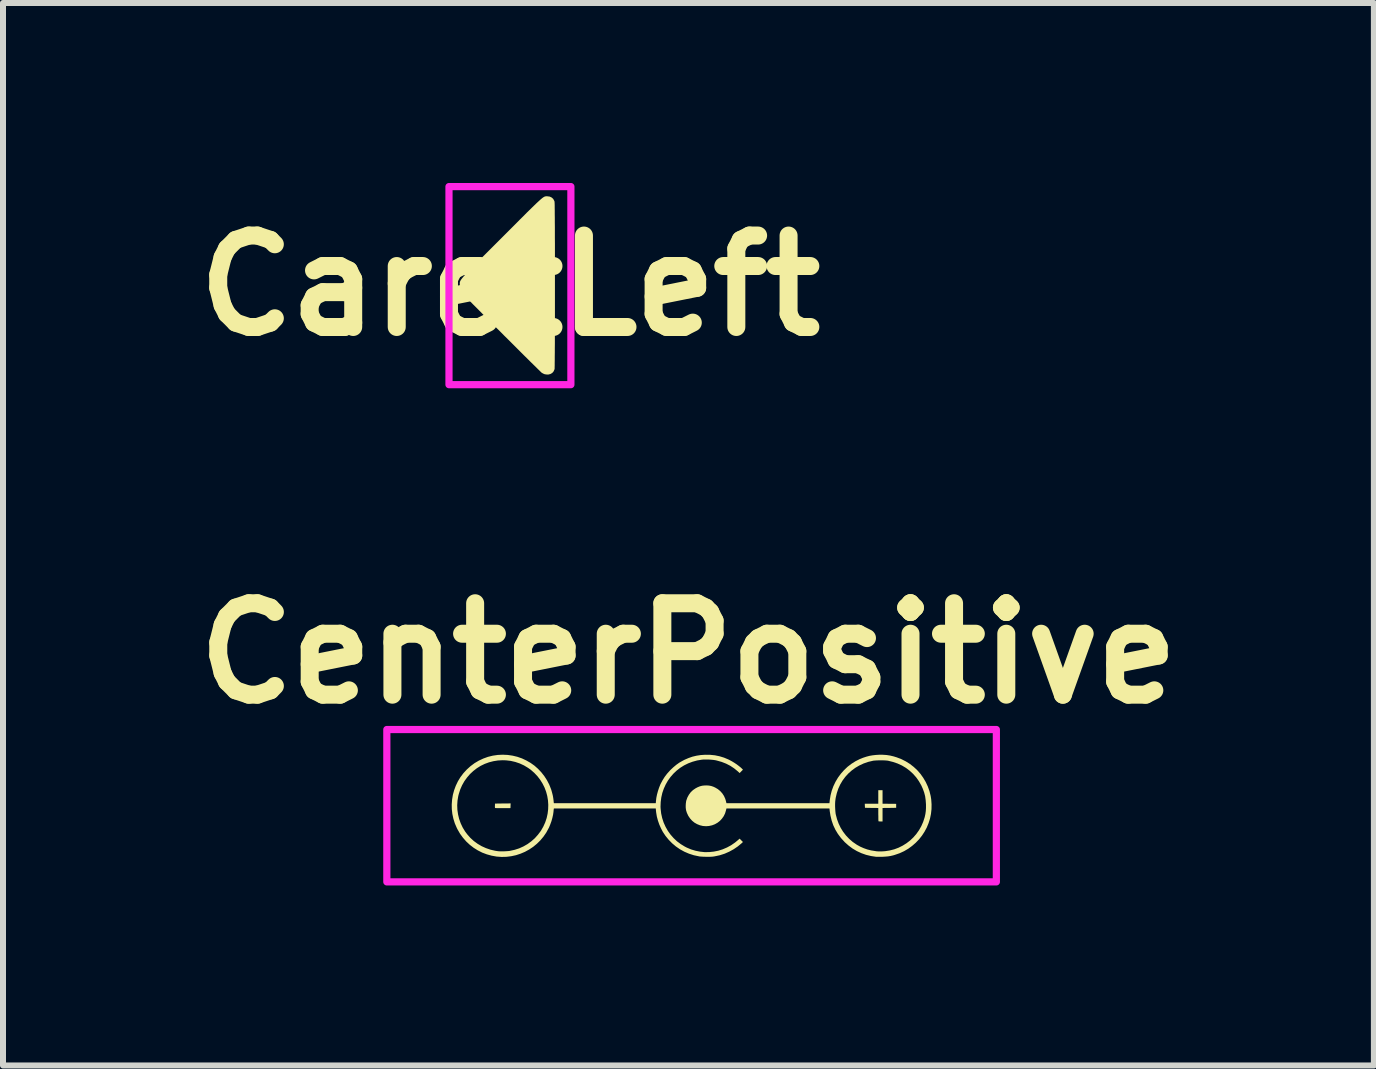
<source format=kicad_pcb>
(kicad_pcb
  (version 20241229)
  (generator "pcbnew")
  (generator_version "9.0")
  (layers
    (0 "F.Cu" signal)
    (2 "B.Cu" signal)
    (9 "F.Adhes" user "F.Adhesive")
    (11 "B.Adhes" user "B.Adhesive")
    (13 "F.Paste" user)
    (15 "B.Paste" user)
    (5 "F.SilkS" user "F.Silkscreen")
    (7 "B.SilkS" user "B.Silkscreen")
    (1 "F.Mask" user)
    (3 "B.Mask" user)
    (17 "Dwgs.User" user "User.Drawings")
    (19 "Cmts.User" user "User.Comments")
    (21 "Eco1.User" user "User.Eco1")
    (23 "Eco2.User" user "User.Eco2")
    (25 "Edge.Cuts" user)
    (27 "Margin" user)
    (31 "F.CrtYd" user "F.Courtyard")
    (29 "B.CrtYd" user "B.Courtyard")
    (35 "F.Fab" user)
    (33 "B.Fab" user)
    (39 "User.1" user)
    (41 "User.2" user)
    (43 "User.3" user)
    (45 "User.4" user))
  (footprint "CaretLeft"
    (layer "F.Cu")
    (at 5.45 1.711)
    (property "Reference" "CaretLeft" (at 0 0 0) (layer "F.SilkS") (effects (font (size 1.524 1.524) (thickness 0.3))))
    (attr board_only exclude_from_pos_files exclude_from_bom)
    (fp_poly (pts (xy 0.618 -1.489) (xy 0.623 -1.489) (xy 0.663 -1.484) (xy 0.695 -1.469) (xy 0.721 -1.446) (xy 0.739 -1.413) (xy 0.744 -1.398) (xy 0.744 -1.389) (xy 0.745 -1.37) (xy 0.746 -1.34) (xy 0.746 -1.3) (xy 0.747 -1.251) (xy 0.747 -1.193) (xy 0.748 -1.128) (xy 0.748 -1.055) (xy 0.749 -0.976) (xy 0.749 -0.89) (xy 0.749 -0.799) (xy 0.75 -0.704) (xy 0.75 -0.604) (xy 0.75 -0.501) (xy 0.75 -0.394) (xy 0.75 -0.286) (xy 0.75 -0.176) (xy 0.75 -0.065) (xy 0.75 0.047) (xy 0.75 0.158) (xy 0.75 0.268) (xy 0.75 0.377) (xy 0.75 0.483) (xy 0.75 0.587) (xy 0.75 0.687) (xy 0.749 0.783) (xy 0.749 0.875) (xy 0.749 0.961) (xy 0.748 1.041) (xy 0.748 1.114) (xy 0.747 1.181) (xy 0.747 1.239) (xy 0.746 1.289) (xy 0.746 1.33) (xy 0.745 1.361) (xy 0.745 1.382) (xy 0.744 1.392) (xy 0.744 1.392) (xy 0.729 1.428) (xy 0.706 1.455) (xy 0.676 1.473) (xy 0.641 1.482) (xy 0.627 1.482) (xy 0.604 1.481) (xy 0.582 1.477) (xy 0.574 1.475) (xy 0.554 1.466) (xy 0.534 1.455) (xy 0.533 1.455) (xy 0.526 1.449) (xy 0.512 1.436) (xy 0.491 1.415) (xy 0.462 1.387) (xy 0.428 1.353) (xy 0.387 1.313) (xy 0.34 1.267) (xy 0.289 1.216) (xy 0.233 1.161) (xy 0.173 1.101) (xy 0.109 1.037) (xy 0.042 0.97) (xy -0.028 0.9) (xy -0.101 0.828) (xy -0.147 0.781) (xy -0.236 0.693) (xy -0.316 0.612) (xy -0.389 0.539) (xy -0.455 0.473) (xy -0.514 0.413) (xy -0.567 0.36) (xy -0.614 0.313) (xy -0.655 0.271) (xy -0.69 0.234) (xy -0.721 0.202) (xy -0.747 0.174) (xy -0.769 0.15) (xy -0.787 0.129) (xy -0.802 0.111) (xy -0.813 0.095) (xy -0.822 0.082) (xy -0.828 0.07) (xy -0.832 0.06) (xy -0.835 0.05) (xy -0.836 0.041) (xy -0.836 0.032) (xy -0.836 0.022) (xy -0.835 0.012) (xy -0.835 0.000459) (xy -0.835 -0.003) (xy -0.835 -0.015) (xy -0.836 -0.025) (xy -0.836 -0.035) (xy -0.836 -0.044) (xy -0.835 -0.053) (xy -0.833 -0.063) (xy -0.829 -0.073) (xy -0.824 -0.084) (xy -0.816 -0.097) (xy -0.805 -0.112) (xy -0.792 -0.129) (xy -0.775 -0.149) (xy -0.754 -0.173) (xy -0.729 -0.199) (xy -0.7 -0.23) (xy -0.665 -0.266) (xy -0.626 -0.306) (xy -0.581 -0.352) (xy -0.53 -0.403) (xy -0.473 -0.461) (xy -0.409 -0.525) (xy -0.338 -0.596) (xy -0.26 -0.674) (xy -0.174 -0.76) (xy -0.144 -0.79) (xy -0.055 -0.879) (xy 0.026 -0.96) (xy 0.1 -1.034) (xy 0.166 -1.101) (xy 0.226 -1.16) (xy 0.279 -1.214) (xy 0.327 -1.261) (xy 0.369 -1.302) (xy 0.406 -1.338) (xy 0.439 -1.37) (xy 0.467 -1.396) (xy 0.491 -1.418) (xy 0.512 -1.437) (xy 0.53 -1.452) (xy 0.545 -1.464) (xy 0.558 -1.473) (xy 0.569 -1.479) (xy 0.578 -1.484) (xy 0.587 -1.487) (xy 0.595 -1.488) (xy 0.602 -1.489) (xy 0.61 -1.489)) (stroke (width 0) (type solid)) (fill yes) (layer "F.SilkS"))
    (fp_rect (start -1.016 -1.651) (end 1.016 1.651) (stroke (width 0.12) (type default)) (fill no) (layer "F.CrtYd")))
  (footprint "CenterPositive"
    (layer "F.Cu")
    (at 8.478 10.38)
    (property "Reference" "CenterPositive" (at -0.052 -2.54 0) (layer "F.SilkS") (effects (font (size 1.524 1.524) (thickness 0.3))))
    (attr board_only exclude_from_pos_files exclude_from_bom)
    (fp_poly (pts (xy -3.018 0.001) (xy -3.019 0.04) (xy -3.147 0.041) (xy -3.184 0.041) (xy -3.214 0.041) (xy -3.237 0.041) (xy -3.254 0.04) (xy -3.265 0.04) (xy -3.273 0.039) (xy -3.276 0.037) (xy -3.277 0.036) (xy -3.278 0.029) (xy -3.279 0.017) (xy -3.278 0.001) (xy -3.278 -0.002) (xy -3.277 -0.035) (xy -3.147 -0.037) (xy -3.016 -0.038)) (stroke (width 0) (type solid)) (fill yes) (layer "F.SilkS"))
    (fp_poly (pts (xy 3.183 -0.033) (xy 3.297 -0.032) (xy 3.41 -0.031) (xy 3.41 0.035) (xy 3.297 0.037) (xy 3.183 0.038) (xy 3.183 0.263) (xy 3.151 0.263) (xy 3.135 0.262) (xy 3.123 0.261) (xy 3.116 0.26) (xy 3.115 0.26) (xy 3.115 0.255) (xy 3.114 0.243) (xy 3.113 0.225) (xy 3.113 0.202) (xy 3.113 0.175) (xy 3.112 0.147) (xy 3.112 0.038) (xy 3.001 0.037) (xy 2.89 0.035) (xy 2.888 0.001) (xy 2.887 -0.033) (xy 3.112 -0.033) (xy 3.112 -0.258) (xy 3.183 -0.258)) (stroke (width 0) (type solid)) (fill yes) (layer "F.SilkS"))
    (fp_poly (pts (xy 3.249 -0.845) (xy 3.308 -0.836) (xy 3.367 -0.822) (xy 3.419 -0.806) (xy 3.497 -0.776) (xy 3.57 -0.739) (xy 3.639 -0.696) (xy 3.703 -0.646) (xy 3.762 -0.591) (xy 3.815 -0.53) (xy 3.862 -0.464) (xy 3.903 -0.394) (xy 3.937 -0.321) (xy 3.965 -0.243) (xy 3.985 -0.163) (xy 3.994 -0.107) (xy 4 -0.024) (xy 3.999 0.057) (xy 3.99 0.137) (xy 3.974 0.215) (xy 3.95 0.291) (xy 3.92 0.364) (xy 3.883 0.433) (xy 3.84 0.499) (xy 3.791 0.561) (xy 3.736 0.618) (xy 3.676 0.67) (xy 3.612 0.717) (xy 3.542 0.758) (xy 3.468 0.792) (xy 3.39 0.819) (xy 3.36 0.828) (xy 3.317 0.838) (xy 3.273 0.845) (xy 3.226 0.849) (xy 3.174 0.852) (xy 3.171 0.852) (xy 3.145 0.852) (xy 3.121 0.852) (xy 3.1 0.852) (xy 3.085 0.852) (xy 3.077 0.852) (xy 2.991 0.839) (xy 2.908 0.819) (xy 2.829 0.791) (xy 2.754 0.756) (xy 2.683 0.714) (xy 2.616 0.664) (xy 2.552 0.607) (xy 2.548 0.602) (xy 2.49 0.539) (xy 2.44 0.472) (xy 2.397 0.401) (xy 2.362 0.327) (xy 2.335 0.249) (xy 2.315 0.167) (xy 2.303 0.093) (xy 2.298 0.046) (xy 0.581 0.046) (xy 0.573 0.078) (xy 0.558 0.128) (xy 0.535 0.175) (xy 0.506 0.216) (xy 0.472 0.253) (xy 0.432 0.284) (xy 0.388 0.309) (xy 0.341 0.327) (xy 0.291 0.338) (xy 0.242 0.342) (xy 0.188 0.338) (xy 0.138 0.326) (xy 0.091 0.307) (xy 0.047 0.282) (xy 0.008 0.25) (xy -0.026 0.212) (xy -0.055 0.169) (xy -0.078 0.12) (xy -0.09 0.083) (xy -0.095 0.058) (xy -0.098 0.028) (xy -0.098 0.013) (xy 2.392 0.013) (xy 2.394 0.057) (xy 2.397 0.098) (xy 2.401 0.134) (xy 2.404 0.148) (xy 2.424 0.225) (xy 2.451 0.298) (xy 2.485 0.369) (xy 2.526 0.435) (xy 2.573 0.496) (xy 2.627 0.553) (xy 2.686 0.604) (xy 2.75 0.648) (xy 2.756 0.652) (xy 2.812 0.683) (xy 2.869 0.708) (xy 2.928 0.729) (xy 2.991 0.745) (xy 3.06 0.756) (xy 3.085 0.76) (xy 3.104 0.761) (xy 3.128 0.762) (xy 3.156 0.762) (xy 3.184 0.761) (xy 3.211 0.759) (xy 3.226 0.758) (xy 3.303 0.746) (xy 3.378 0.727) (xy 3.45 0.7) (xy 3.518 0.666) (xy 3.582 0.626) (xy 3.642 0.58) (xy 3.697 0.528) (xy 3.747 0.47) (xy 3.791 0.408) (xy 3.829 0.341) (xy 3.86 0.27) (xy 3.884 0.196) (xy 3.886 0.189) (xy 3.897 0.139) (xy 3.904 0.089) (xy 3.907 0.038) (xy 3.907 -0.017) (xy 3.907 -0.021) (xy 3.902 -0.091) (xy 3.893 -0.157) (xy 3.877 -0.219) (xy 3.855 -0.28) (xy 3.829 -0.338) (xy 3.789 -0.408) (xy 3.744 -0.472) (xy 3.692 -0.531) (xy 3.635 -0.583) (xy 3.573 -0.63) (xy 3.506 -0.67) (xy 3.434 -0.703) (xy 3.358 -0.729) (xy 3.278 -0.749) (xy 3.267 -0.751) (xy 3.247 -0.753) (xy 3.22 -0.755) (xy 3.189 -0.756) (xy 3.156 -0.756) (xy 3.121 -0.756) (xy 3.089 -0.755) (xy 3.059 -0.753) (xy 3.034 -0.751) (xy 3.023 -0.749) (xy 2.943 -0.73) (xy 2.868 -0.704) (xy 2.797 -0.671) (xy 2.73 -0.632) (xy 2.669 -0.587) (xy 2.612 -0.536) (xy 2.561 -0.48) (xy 2.516 -0.419) (xy 2.477 -0.353) (xy 2.445 -0.283) (xy 2.42 -0.208) (xy 2.402 -0.131) (xy 2.398 -0.104) (xy 2.394 -0.07) (xy 2.392 -0.03) (xy 2.392 0.013) (xy -0.098 0.013) (xy -0.098 -0.005) (xy -0.096 -0.038) (xy -0.092 -0.067) (xy -0.089 -0.084) (xy -0.07 -0.137) (xy -0.045 -0.183) (xy -0.014 -0.225) (xy 0.023 -0.26) (xy 0.067 -0.29) (xy 0.101 -0.308) (xy 0.138 -0.323) (xy 0.176 -0.333) (xy 0.216 -0.337) (xy 0.244 -0.338) (xy 0.286 -0.336) (xy 0.325 -0.329) (xy 0.364 -0.316) (xy 0.394 -0.302) (xy 0.438 -0.276) (xy 0.478 -0.243) (xy 0.512 -0.205) (xy 0.54 -0.162) (xy 0.561 -0.115) (xy 0.572 -0.078) (xy 0.581 -0.042) (xy 2.298 -0.042) (xy 2.303 -0.091) (xy 2.316 -0.172) (xy 2.336 -0.25) (xy 2.364 -0.326) (xy 2.399 -0.399) (xy 2.44 -0.468) (xy 2.488 -0.533) (xy 2.541 -0.593) (xy 2.6 -0.649) (xy 2.664 -0.698) (xy 2.732 -0.741) (xy 2.805 -0.778) (xy 2.858 -0.799) (xy 2.913 -0.817) (xy 2.966 -0.831) (xy 3.018 -0.84) (xy 3.073 -0.846) (xy 3.121 -0.849) (xy 3.187 -0.849)) (stroke (width 0) (type solid)) (fill yes) (layer "F.SilkS"))
    (fp_poly (pts (xy -3.064 -0.846) (xy -2.983 -0.834) (xy -2.904 -0.815) (xy -2.827 -0.788) (xy -2.755 -0.754) (xy -2.685 -0.714) (xy -2.62 -0.668) (xy -2.56 -0.615) (xy -2.505 -0.557) (xy -2.455 -0.493) (xy -2.411 -0.425) (xy -2.373 -0.352) (xy -2.342 -0.274) (xy -2.339 -0.265) (xy -2.326 -0.219) (xy -2.314 -0.172) (xy -2.306 -0.127) (xy -2.302 -0.096) (xy -2.3 -0.079) (xy -2.299 -0.064) (xy -2.298 -0.055) (xy -2.295 -0.042) (xy -0.597 -0.042) (xy -0.594 -0.078) (xy -0.588 -0.129) (xy -0.577 -0.184) (xy -0.562 -0.24) (xy -0.544 -0.295) (xy -0.524 -0.346) (xy -0.517 -0.362) (xy -0.484 -0.424) (xy -0.449 -0.48) (xy -0.409 -0.533) (xy -0.362 -0.585) (xy -0.357 -0.591) (xy -0.306 -0.639) (xy -0.256 -0.681) (xy -0.204 -0.718) (xy -0.147 -0.75) (xy -0.119 -0.765) (xy -0.052 -0.794) (xy 0.014 -0.817) (xy 0.08 -0.833) (xy 0.15 -0.844) (xy 0.224 -0.849) (xy 0.227 -0.849) (xy 0.31 -0.848) (xy 0.389 -0.84) (xy 0.466 -0.824) (xy 0.541 -0.801) (xy 0.615 -0.77) (xy 0.631 -0.762) (xy 0.672 -0.74) (xy 0.713 -0.715) (xy 0.752 -0.689) (xy 0.789 -0.661) (xy 0.821 -0.635) (xy 0.842 -0.615) (xy 0.856 -0.6) (xy 0.828 -0.572) (xy 0.801 -0.544) (xy 0.772 -0.571) (xy 0.711 -0.621) (xy 0.645 -0.665) (xy 0.575 -0.701) (xy 0.501 -0.73) (xy 0.423 -0.752) (xy 0.403 -0.757) (xy 0.365 -0.763) (xy 0.322 -0.767) (xy 0.276 -0.77) (xy 0.232 -0.77) (xy 0.19 -0.769) (xy 0.171 -0.767) (xy 0.092 -0.754) (xy 0.016 -0.733) (xy -0.056 -0.706) (xy -0.125 -0.672) (xy -0.189 -0.632) (xy -0.248 -0.586) (xy -0.302 -0.535) (xy -0.351 -0.479) (xy -0.395 -0.418) (xy -0.432 -0.353) (xy -0.463 -0.285) (xy -0.488 -0.213) (xy -0.505 -0.138) (xy -0.515 -0.061) (xy -0.518 0.018) (xy -0.516 0.052) (xy -0.507 0.131) (xy -0.49 0.207) (xy -0.466 0.281) (xy -0.434 0.352) (xy -0.396 0.419) (xy -0.351 0.482) (xy -0.3 0.54) (xy -0.244 0.593) (xy -0.181 0.64) (xy -0.114 0.681) (xy -0.081 0.698) (xy -0.008 0.729) (xy 0.066 0.751) (xy 0.142 0.766) (xy 0.218 0.774) (xy 0.295 0.773) (xy 0.371 0.765) (xy 0.446 0.75) (xy 0.519 0.727) (xy 0.591 0.696) (xy 0.659 0.659) (xy 0.724 0.614) (xy 0.77 0.576) (xy 0.801 0.549) (xy 0.828 0.577) (xy 0.856 0.605) (xy 0.834 0.626) (xy 0.77 0.679) (xy 0.701 0.726) (xy 0.628 0.766) (xy 0.551 0.8) (xy 0.47 0.826) (xy 0.385 0.844) (xy 0.373 0.846) (xy 0.351 0.849) (xy 0.323 0.851) (xy 0.291 0.852) (xy 0.256 0.852) (xy 0.221 0.851) (xy 0.187 0.85) (xy 0.156 0.848) (xy 0.131 0.846) (xy 0.123 0.844) (xy 0.038 0.826) (xy -0.043 0.8) (xy -0.12 0.767) (xy -0.193 0.727) (xy -0.261 0.68) (xy -0.324 0.627) (xy -0.382 0.568) (xy -0.435 0.503) (xy -0.479 0.437) (xy -0.51 0.378) (xy -0.538 0.315) (xy -0.561 0.249) (xy -0.579 0.182) (xy -0.59 0.117) (xy -0.594 0.082) (xy -0.597 0.046) (xy -2.295 0.046) (xy -2.298 0.059) (xy -2.299 0.071) (xy -2.301 0.087) (xy -2.302 0.102) (xy -2.309 0.151) (xy -2.321 0.204) (xy -2.336 0.258) (xy -2.356 0.313) (xy -2.377 0.364) (xy -2.384 0.377) (xy -2.423 0.449) (xy -2.47 0.517) (xy -2.522 0.579) (xy -2.579 0.635) (xy -2.641 0.686) (xy -2.707 0.73) (xy -2.778 0.769) (xy -2.851 0.8) (xy -2.927 0.825) (xy -3.006 0.842) (xy -3.086 0.852) (xy -3.167 0.854) (xy -3.249 0.848) (xy -3.25 0.848) (xy -3.333 0.833) (xy -3.413 0.811) (xy -3.49 0.782) (xy -3.563 0.745) (xy -3.632 0.702) (xy -3.697 0.652) (xy -3.757 0.596) (xy -3.811 0.534) (xy -3.86 0.467) (xy -3.902 0.394) (xy -3.914 0.37) (xy -3.947 0.294) (xy -3.971 0.216) (xy -3.988 0.137) (xy -3.997 0.057) (xy -3.998 -0.008) (xy -3.907 -0.008) (xy -3.904 0.069) (xy -3.893 0.145) (xy -3.875 0.22) (xy -3.849 0.293) (xy -3.816 0.363) (xy -3.776 0.429) (xy -3.74 0.477) (xy -3.688 0.536) (xy -3.63 0.589) (xy -3.567 0.635) (xy -3.499 0.675) (xy -3.428 0.707) (xy -3.353 0.733) (xy -3.275 0.751) (xy -3.229 0.758) (xy -3.207 0.76) (xy -3.18 0.761) (xy -3.148 0.761) (xy -3.115 0.76) (xy -3.082 0.758) (xy -3.052 0.756) (xy -3.028 0.753) (xy -3.025 0.752) (xy -2.948 0.735) (xy -2.874 0.711) (xy -2.803 0.679) (xy -2.735 0.64) (xy -2.672 0.594) (xy -2.614 0.543) (xy -2.562 0.485) (xy -2.515 0.423) (xy -2.511 0.417) (xy -2.472 0.349) (xy -2.44 0.278) (xy -2.416 0.206) (xy -2.4 0.133) (xy -2.391 0.059) (xy -2.389 -0.015) (xy -2.394 -0.089) (xy -2.406 -0.162) (xy -2.425 -0.233) (xy -2.451 -0.302) (xy -2.484 -0.368) (xy -2.524 -0.432) (xy -2.57 -0.492) (xy -2.622 -0.547) (xy -2.68 -0.598) (xy -2.725 -0.63) (xy -2.793 -0.671) (xy -2.864 -0.704) (xy -2.938 -0.729) (xy -3.015 -0.747) (xy -3.093 -0.756) (xy -3.148 -0.758) (xy -3.227 -0.754) (xy -3.303 -0.742) (xy -3.377 -0.723) (xy -3.448 -0.697) (xy -3.516 -0.664) (xy -3.58 -0.624) (xy -3.639 -0.578) (xy -3.694 -0.527) (xy -3.743 -0.47) (xy -3.787 -0.409) (xy -3.825 -0.342) (xy -3.856 -0.272) (xy -3.88 -0.197) (xy -3.889 -0.162) (xy -3.902 -0.085) (xy -3.907 -0.008) (xy -3.998 -0.008) (xy -3.998 -0.023) (xy -3.992 -0.103) (xy -3.979 -0.182) (xy -3.958 -0.259) (xy -3.93 -0.334) (xy -3.895 -0.407) (xy -3.853 -0.476) (xy -3.804 -0.541) (xy -3.748 -0.602) (xy -3.685 -0.659) (xy -3.618 -0.709) (xy -3.547 -0.751) (xy -3.472 -0.786) (xy -3.395 -0.814) (xy -3.314 -0.834) (xy -3.232 -0.846) (xy -3.148 -0.85)) (stroke (width 0) (type solid)) (fill yes) (layer "F.SilkS"))
    (fp_rect (start -5.08 -1.27) (end 5.08 1.27) (stroke (width 0.12) (type default)) (fill no) (layer "F.CrtYd")))
  (gr_rect
    (start -3 -3)
    (end 19.851 14.71)
    (stroke (width 0.1) (type default))
    (fill no)
    (layer "Edge.Cuts")))
</source>
